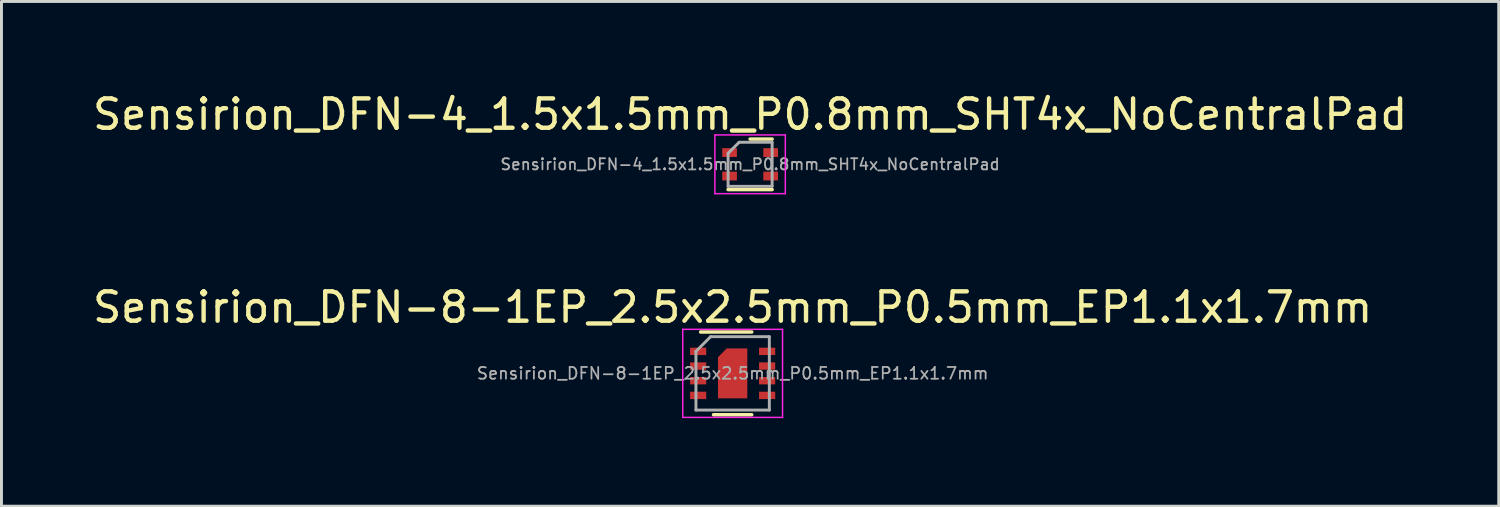
<source format=kicad_pcb>
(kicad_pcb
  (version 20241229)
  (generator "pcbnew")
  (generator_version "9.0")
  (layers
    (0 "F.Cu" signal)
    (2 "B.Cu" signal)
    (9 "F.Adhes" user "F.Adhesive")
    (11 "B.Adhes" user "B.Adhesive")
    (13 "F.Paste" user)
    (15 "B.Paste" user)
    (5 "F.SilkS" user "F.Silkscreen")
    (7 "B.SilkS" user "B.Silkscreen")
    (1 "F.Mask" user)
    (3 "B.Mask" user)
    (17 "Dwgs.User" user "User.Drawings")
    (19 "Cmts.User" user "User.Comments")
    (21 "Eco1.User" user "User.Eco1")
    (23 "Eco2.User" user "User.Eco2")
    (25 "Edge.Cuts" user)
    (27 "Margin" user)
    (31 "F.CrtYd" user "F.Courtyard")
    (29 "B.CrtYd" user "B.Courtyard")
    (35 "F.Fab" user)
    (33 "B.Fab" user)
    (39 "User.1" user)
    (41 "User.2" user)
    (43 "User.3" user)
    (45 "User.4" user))
  (footprint "Sensirion_DFN-8-1EP_2.5x2.5mm_P0.5mm_EP1.1x1.7mm"
    (layer "F.Cu")
    (at 21.911 9.671)
    (property "Reference" "Sensirion_DFN-8-1EP_2.5x2.5mm_P0.5mm_EP1.1x1.7mm" (at 0 -2.25 0) (layer "F.SilkS") (effects (font (size 1 1) (thickness 0.15))))
    (attr smd)
    (fp_line (start -1.09 -1.41) (end 0.65 -1.41) (stroke (width 0.12) (type solid)) (layer "F.SilkS"))
    (fp_line (start -0.65 1.41) (end 0.65 1.41) (stroke (width 0.12) (type solid)) (layer "F.SilkS"))
    (fp_line (start -1.7 -1.5) (end -1.7 1.5) (stroke (width 0.05) (type solid)) (layer "F.CrtYd"))
    (fp_line (start -1.7 -1.5) (end 1.7 -1.5) (stroke (width 0.05) (type solid)) (layer "F.CrtYd"))
    (fp_line (start -1.7 1.5) (end 1.7 1.5) (stroke (width 0.05) (type solid)) (layer "F.CrtYd"))
    (fp_line (start 1.7 -1.5) (end 1.7 1.5) (stroke (width 0.05) (type solid)) (layer "F.CrtYd"))
    (fp_line (start -1.25 -0.75) (end -0.75 -1.25) (stroke (width 0.1) (type solid)) (layer "F.Fab"))
    (fp_line (start -1.25 1.25) (end -1.25 -0.75) (stroke (width 0.1) (type solid)) (layer "F.Fab"))
    (fp_line (start -0.75 -1.25) (end 1.25 -1.25) (stroke (width 0.1) (type solid)) (layer "F.Fab"))
    (fp_line (start 1.25 -1.25) (end 1.25 1.25) (stroke (width 0.1) (type solid)) (layer "F.Fab"))
    (fp_line (start 1.25 1.25) (end -1.25 1.25) (stroke (width 0.1) (type solid)) (layer "F.Fab"))
    (fp_text user "${REFERENCE}" (at 0 0 0) (layer "F.Fab") (effects (font (size 0.4 0.4) (thickness 0.06))))
    (pad "" smd custom (at 0 0) (size 0.9 0.9) (layers "F.Paste") (options (anchor rect)) (primitives (gr_poly (pts (xy 0.45 0.8) (xy -0.45 0.8) (xy -0.45 -0.53) (xy -0.18 -0.8) (xy 0.45 -0.8)) (width 0) (fill yes))))
    (pad "1" smd rect (at -1.175 -0.75) (size 0.55 0.25) (layers "F.Cu" "F.Mask" "F.Paste"))
    (pad "2" smd rect (at -1.175 -0.25) (size 0.55 0.25) (layers "F.Cu" "F.Mask" "F.Paste"))
    (pad "3" smd rect (at -1.175 0.25) (size 0.55 0.25) (layers "F.Cu" "F.Mask" "F.Paste"))
    (pad "4" smd rect (at -1.175 0.75 180) (size 0.55 0.25) (layers "F.Cu" "F.Mask" "F.Paste"))
    (pad "5" smd rect (at 1.175 0.75) (size 0.55 0.25) (layers "F.Cu" "F.Mask" "F.Paste"))
    (pad "6" smd rect (at 1.175 0.25) (size 0.55 0.25) (layers "F.Cu" "F.Mask" "F.Paste"))
    (pad "7" smd rect (at 1.175 -0.25) (size 0.55 0.25) (layers "F.Cu" "F.Mask" "F.Paste"))
    (pad "8" smd rect (at 1.175 -0.75) (size 0.55 0.25) (layers "F.Cu" "F.Mask" "F.Paste"))
    (pad "9" smd custom (at 0 0) (size 1 1) (layers "F.Cu" "F.Mask") (options (anchor circle)) (primitives (gr_poly (pts (xy 0.5 0.85) (xy -0.5 0.85) (xy -0.5 -0.55) (xy -0.2 -0.85) (xy 0.5 -0.85)) (width 0) (fill yes)))))
  (footprint "Sensirion_DFN-4_1.5x1.5mm_P0.8mm_SHT4x_NoCentralPad"
    (layer "F.Cu")
    (at 22.506 2.548)
    (property "Reference" "Sensirion_DFN-4_1.5x1.5mm_P0.8mm_SHT4x_NoCentralPad" (at 0 -1.7 0) (layer "F.SilkS") (effects (font (size 1 1) (thickness 0.15))))
    (attr smd)
    (fp_line (start -0.75 0.86) (end 0.75 0.86) (stroke (width 0.12) (type solid)) (layer "F.SilkS"))
    (fp_line (start 0 -0.86) (end 0.75 -0.86) (stroke (width 0.12) (type solid)) (layer "F.SilkS"))
    (fp_line (start -1.2 -1) (end -1.2 1) (stroke (width 0.05) (type solid)) (layer "F.CrtYd"))
    (fp_line (start -1.2 1) (end 1.2 1) (stroke (width 0.05) (type solid)) (layer "F.CrtYd"))
    (fp_line (start 1.2 -1) (end -1.2 -1) (stroke (width 0.05) (type solid)) (layer "F.CrtYd"))
    (fp_line (start 1.2 1) (end 1.2 -1) (stroke (width 0.05) (type solid)) (layer "F.CrtYd"))
    (fp_line (start -0.75 -0.375) (end -0.375 -0.75) (stroke (width 0.1) (type solid)) (layer "F.Fab"))
    (fp_line (start -0.75 0.75) (end -0.75 -0.375) (stroke (width 0.1) (type solid)) (layer "F.Fab"))
    (fp_line (start -0.375 -0.75) (end 0.75 -0.75) (stroke (width 0.1) (type solid)) (layer "F.Fab"))
    (fp_line (start 0.75 -0.75) (end 0.75 0.75) (stroke (width 0.1) (type solid)) (layer "F.Fab"))
    (fp_line (start 0.75 0.75) (end -0.75 0.75) (stroke (width 0.1) (type solid)) (layer "F.Fab"))
    (fp_text user "${REFERENCE}" (at 0 0 0) (layer "F.Fab") (effects (font (size 0.38 0.38) (thickness 0.06))))
    (pad "1" smd rect (at -0.7 -0.4) (size 0.5 0.3) (layers "F.Cu" "F.Mask" "F.Paste"))
    (pad "2" smd rect (at -0.7 0.4) (size 0.5 0.3) (layers "F.Cu" "F.Mask" "F.Paste"))
    (pad "3" smd rect (at 0.7 0.4) (size 0.5 0.3) (layers "F.Cu" "F.Mask" "F.Paste"))
    (pad "4" smd rect (at 0.7 -0.4) (size 0.5 0.3) (layers "F.Cu" "F.Mask" "F.Paste"))
    (zone (net_name "") (layer "F.Cu") (hatch edge 0.508) (connect_pads) (min_thickness 0.254) (filled_areas_thickness no) (keepout (tracks not_allowed) (vias not_allowed) (pads allowed) (copperpour not_allowed) (footprints allowed)) (placement (enabled no)) (fill) (polygon (pts (xy 23.256 1.998) (xy 22.956 1.998) (xy 22.956 2.298) (xy 23.256 2.298) (xy 23.256 2.798) (xy 22.956 2.798) (xy 22.956 3.098) (xy 23.256 3.098) (xy 23.256 3.298) (xy 21.756 3.298) (xy 21.756 3.098) (xy 22.056 3.098) (xy 22.056 2.798) (xy 21.756 2.798) (xy 21.756 2.298) (xy 22.056 2.298) (xy 22.056 1.998) (xy 21.756 1.998) (xy 21.756 1.798) (xy 23.256 1.798)))))
  (gr_rect
    (start -3 -3)
    (end 48.012 14.197)
    (stroke (width 0.1) (type default))
    (fill no)
    (layer "Edge.Cuts")))
</source>
